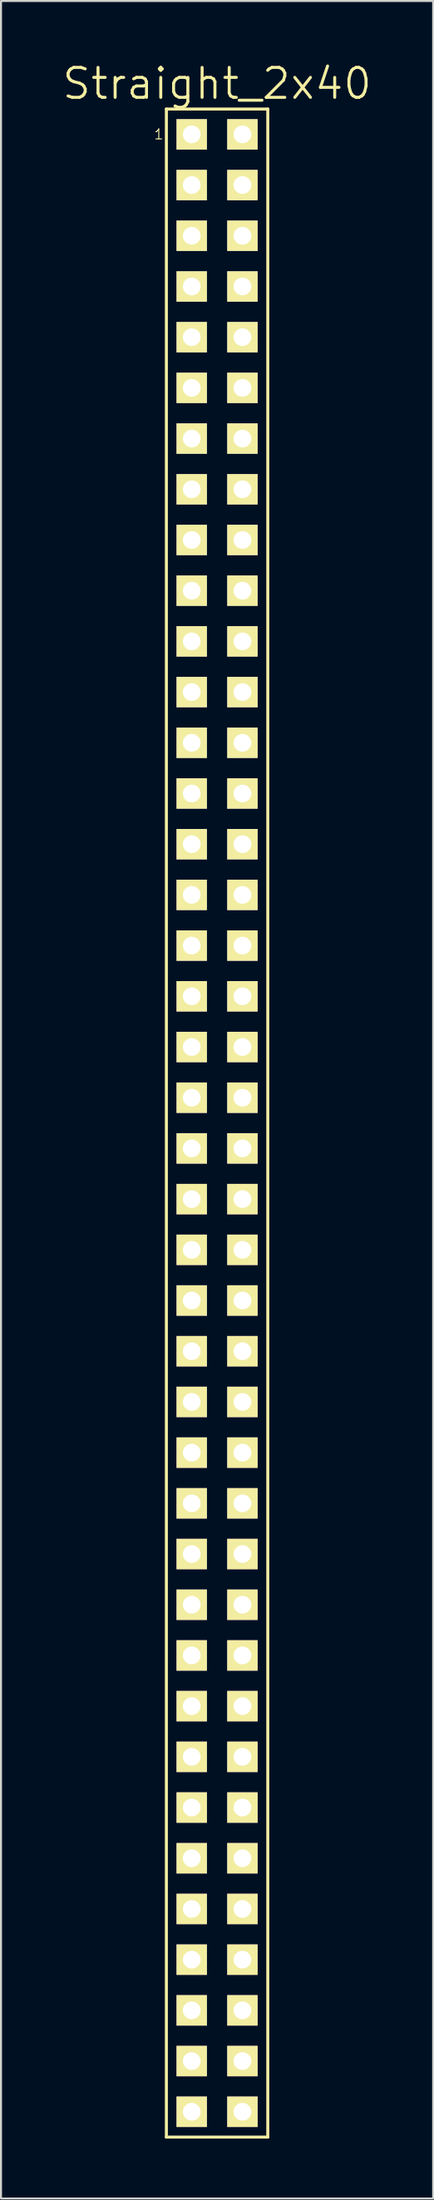
<source format=kicad_pcb>
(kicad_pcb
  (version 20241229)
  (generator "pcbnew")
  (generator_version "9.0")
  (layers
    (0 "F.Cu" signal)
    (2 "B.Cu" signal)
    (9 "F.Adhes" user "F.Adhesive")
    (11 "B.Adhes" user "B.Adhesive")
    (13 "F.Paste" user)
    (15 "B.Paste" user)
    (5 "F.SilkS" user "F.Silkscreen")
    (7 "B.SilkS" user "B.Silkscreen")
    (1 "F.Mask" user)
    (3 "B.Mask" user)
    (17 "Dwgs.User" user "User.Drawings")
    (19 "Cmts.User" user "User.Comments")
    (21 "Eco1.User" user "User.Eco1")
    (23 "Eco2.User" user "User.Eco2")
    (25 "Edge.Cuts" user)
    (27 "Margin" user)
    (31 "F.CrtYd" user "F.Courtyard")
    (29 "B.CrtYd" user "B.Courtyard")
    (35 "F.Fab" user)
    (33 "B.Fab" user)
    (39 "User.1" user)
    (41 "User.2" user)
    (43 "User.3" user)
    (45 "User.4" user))
  (footprint "Straight_2x40"
    (layer "F.Cu")
    (at 7.825 53.211)
    (property "Reference" "Straight_2x40" (at 0 -52.07 0) (layer "F.SilkS") (effects (font (size 1.5 1.5) (thickness 0.15))))
    (attr through_hole)
    (fp_line (start -2.54 -50.8) (end 2.54 -50.8) (stroke (width 0.15) (type solid)) (layer "F.SilkS"))
    (fp_line (start -2.54 50.8) (end -2.54 -50.8) (stroke (width 0.15) (type solid)) (layer "F.SilkS"))
    (fp_line (start 2.54 -50.8) (end 2.54 50.8) (stroke (width 0.15) (type solid)) (layer "F.SilkS"))
    (fp_line (start 2.54 50.8) (end -2.54 50.8) (stroke (width 0.15) (type solid)) (layer "F.SilkS"))
    (fp_text user "1" (at -2.921 -49.53 0) (layer "F.SilkS") (effects (font (size 0.5 0.5) (thickness 0.05))))
    (pad "1" thru_hole rect (at -1.27 -49.53) (size 1.524 1.524) (drill 0.889) (layers "*.Cu" "*.Mask" "F.SilkS"))
    (pad "2" thru_hole rect (at 1.27 -49.53) (size 1.524 1.524) (drill 0.889) (layers "*.Cu" "*.Mask" "F.SilkS"))
    (pad "3" thru_hole rect (at -1.27 -46.99) (size 1.524 1.524) (drill 0.889) (layers "*.Cu" "*.Mask" "F.SilkS"))
    (pad "4" thru_hole rect (at 1.27 -46.99) (size 1.524 1.524) (drill 0.889) (layers "*.Cu" "*.Mask" "F.SilkS"))
    (pad "5" thru_hole rect (at -1.27 -44.45) (size 1.524 1.524) (drill 0.889) (layers "*.Cu" "*.Mask" "F.SilkS"))
    (pad "6" thru_hole rect (at 1.27 -44.45) (size 1.524 1.524) (drill 0.889) (layers "*.Cu" "*.Mask" "F.SilkS"))
    (pad "7" thru_hole rect (at -1.27 -41.91) (size 1.524 1.524) (drill 0.889) (layers "*.Cu" "*.Mask" "F.SilkS"))
    (pad "8" thru_hole rect (at 1.27 -41.91) (size 1.524 1.524) (drill 0.889) (layers "*.Cu" "*.Mask" "F.SilkS"))
    (pad "9" thru_hole rect (at -1.27 -39.37) (size 1.524 1.524) (drill 0.889) (layers "*.Cu" "*.Mask" "F.SilkS"))
    (pad "10" thru_hole rect (at 1.27 -39.37) (size 1.524 1.524) (drill 0.889) (layers "*.Cu" "*.Mask" "F.SilkS"))
    (pad "11" thru_hole rect (at -1.27 -36.83) (size 1.524 1.524) (drill 0.889) (layers "*.Cu" "*.Mask" "F.SilkS"))
    (pad "12" thru_hole rect (at 1.27 -36.83) (size 1.524 1.524) (drill 0.889) (layers "*.Cu" "*.Mask" "F.SilkS"))
    (pad "13" thru_hole rect (at -1.27 -34.29) (size 1.524 1.524) (drill 0.889) (layers "*.Cu" "*.Mask" "F.SilkS"))
    (pad "14" thru_hole rect (at 1.27 -34.29) (size 1.524 1.524) (drill 0.889) (layers "*.Cu" "*.Mask" "F.SilkS"))
    (pad "15" thru_hole rect (at -1.27 -31.75) (size 1.524 1.524) (drill 0.889) (layers "*.Cu" "*.Mask" "F.SilkS"))
    (pad "16" thru_hole rect (at 1.27 -31.75) (size 1.524 1.524) (drill 0.889) (layers "*.Cu" "*.Mask" "F.SilkS"))
    (pad "17" thru_hole rect (at -1.27 -29.21) (size 1.524 1.524) (drill 0.889) (layers "*.Cu" "*.Mask" "F.SilkS"))
    (pad "18" thru_hole rect (at 1.27 -29.21) (size 1.524 1.524) (drill 0.889) (layers "*.Cu" "*.Mask" "F.SilkS"))
    (pad "19" thru_hole rect (at -1.27 -26.67) (size 1.524 1.524) (drill 0.889) (layers "*.Cu" "*.Mask" "F.SilkS"))
    (pad "20" thru_hole rect (at 1.27 -26.67) (size 1.524 1.524) (drill 0.889) (layers "*.Cu" "*.Mask" "F.SilkS"))
    (pad "21" thru_hole rect (at -1.27 -24.13) (size 1.524 1.524) (drill 0.889) (layers "*.Cu" "*.Mask" "F.SilkS"))
    (pad "22" thru_hole rect (at 1.27 -24.13) (size 1.524 1.524) (drill 0.889) (layers "*.Cu" "*.Mask" "F.SilkS"))
    (pad "23" thru_hole rect (at -1.27 -21.59) (size 1.524 1.524) (drill 0.889) (layers "*.Cu" "*.Mask" "F.SilkS"))
    (pad "24" thru_hole rect (at 1.27 -21.59) (size 1.524 1.524) (drill 0.889) (layers "*.Cu" "*.Mask" "F.SilkS"))
    (pad "25" thru_hole rect (at -1.27 -19.05) (size 1.524 1.524) (drill 0.889) (layers "*.Cu" "*.Mask" "F.SilkS"))
    (pad "26" thru_hole rect (at 1.27 -19.05) (size 1.524 1.524) (drill 0.889) (layers "*.Cu" "*.Mask" "F.SilkS"))
    (pad "27" thru_hole rect (at -1.27 -16.51) (size 1.524 1.524) (drill 0.889) (layers "*.Cu" "*.Mask" "F.SilkS"))
    (pad "28" thru_hole rect (at 1.27 -16.51) (size 1.524 1.524) (drill 0.889) (layers "*.Cu" "*.Mask" "F.SilkS"))
    (pad "29" thru_hole rect (at -1.27 -13.97) (size 1.524 1.524) (drill 0.889) (layers "*.Cu" "*.Mask" "F.SilkS"))
    (pad "30" thru_hole rect (at 1.27 -13.97) (size 1.524 1.524) (drill 0.889) (layers "*.Cu" "*.Mask" "F.SilkS"))
    (pad "31" thru_hole rect (at -1.27 -11.43) (size 1.524 1.524) (drill 0.889) (layers "*.Cu" "*.Mask" "F.SilkS"))
    (pad "32" thru_hole rect (at 1.27 -11.43) (size 1.524 1.524) (drill 0.889) (layers "*.Cu" "*.Mask" "F.SilkS"))
    (pad "33" thru_hole rect (at -1.27 -8.89) (size 1.524 1.524) (drill 0.889) (layers "*.Cu" "*.Mask" "F.SilkS"))
    (pad "34" thru_hole rect (at 1.27 -8.89) (size 1.524 1.524) (drill 0.889) (layers "*.Cu" "*.Mask" "F.SilkS"))
    (pad "35" thru_hole rect (at -1.27 -6.35) (size 1.524 1.524) (drill 0.889) (layers "*.Cu" "*.Mask" "F.SilkS"))
    (pad "36" thru_hole rect (at 1.27 -6.35) (size 1.524 1.524) (drill 0.889) (layers "*.Cu" "*.Mask" "F.SilkS"))
    (pad "37" thru_hole rect (at -1.27 -3.81) (size 1.524 1.524) (drill 0.889) (layers "*.Cu" "*.Mask" "F.SilkS"))
    (pad "38" thru_hole rect (at 1.27 -3.81) (size 1.524 1.524) (drill 0.889) (layers "*.Cu" "*.Mask" "F.SilkS"))
    (pad "39" thru_hole rect (at -1.27 -1.27) (size 1.524 1.524) (drill 0.889) (layers "*.Cu" "*.Mask" "F.SilkS"))
    (pad "40" thru_hole rect (at 1.27 -1.27) (size 1.524 1.524) (drill 0.889) (layers "*.Cu" "*.Mask" "F.SilkS"))
    (pad "41" thru_hole rect (at -1.27 1.27) (size 1.524 1.524) (drill 0.889) (layers "*.Cu" "*.Mask" "F.SilkS"))
    (pad "42" thru_hole rect (at 1.27 1.27) (size 1.524 1.524) (drill 0.889) (layers "*.Cu" "*.Mask" "F.SilkS"))
    (pad "43" thru_hole rect (at -1.27 3.81) (size 1.524 1.524) (drill 0.889) (layers "*.Cu" "*.Mask" "F.SilkS"))
    (pad "44" thru_hole rect (at 1.27 3.81) (size 1.524 1.524) (drill 0.889) (layers "*.Cu" "*.Mask" "F.SilkS"))
    (pad "45" thru_hole rect (at -1.27 6.35) (size 1.524 1.524) (drill 0.889) (layers "*.Cu" "*.Mask" "F.SilkS"))
    (pad "46" thru_hole rect (at 1.27 6.35) (size 1.524 1.524) (drill 0.889) (layers "*.Cu" "*.Mask" "F.SilkS"))
    (pad "47" thru_hole rect (at -1.27 8.89) (size 1.524 1.524) (drill 0.889) (layers "*.Cu" "*.Mask" "F.SilkS"))
    (pad "48" thru_hole rect (at 1.27 8.89) (size 1.524 1.524) (drill 0.889) (layers "*.Cu" "*.Mask" "F.SilkS"))
    (pad "49" thru_hole rect (at -1.27 11.43) (size 1.524 1.524) (drill 0.889) (layers "*.Cu" "*.Mask" "F.SilkS"))
    (pad "50" thru_hole rect (at 1.27 11.43) (size 1.524 1.524) (drill 0.889) (layers "*.Cu" "*.Mask" "F.SilkS"))
    (pad "51" thru_hole rect (at -1.27 13.97) (size 1.524 1.524) (drill 0.889) (layers "*.Cu" "*.Mask" "F.SilkS"))
    (pad "52" thru_hole rect (at 1.27 13.97) (size 1.524 1.524) (drill 0.889) (layers "*.Cu" "*.Mask" "F.SilkS"))
    (pad "53" thru_hole rect (at -1.27 16.51) (size 1.524 1.524) (drill 0.889) (layers "*.Cu" "*.Mask" "F.SilkS"))
    (pad "54" thru_hole rect (at 1.27 16.51) (size 1.524 1.524) (drill 0.889) (layers "*.Cu" "*.Mask" "F.SilkS"))
    (pad "55" thru_hole rect (at -1.27 19.05) (size 1.524 1.524) (drill 0.889) (layers "*.Cu" "*.Mask" "F.SilkS"))
    (pad "56" thru_hole rect (at 1.27 19.05) (size 1.524 1.524) (drill 0.889) (layers "*.Cu" "*.Mask" "F.SilkS"))
    (pad "57" thru_hole rect (at -1.27 21.59) (size 1.524 1.524) (drill 0.889) (layers "*.Cu" "*.Mask" "F.SilkS"))
    (pad "58" thru_hole rect (at 1.27 21.59) (size 1.524 1.524) (drill 0.889) (layers "*.Cu" "*.Mask" "F.SilkS"))
    (pad "59" thru_hole rect (at -1.27 24.13) (size 1.524 1.524) (drill 0.889) (layers "*.Cu" "*.Mask" "F.SilkS"))
    (pad "60" thru_hole rect (at 1.27 24.13) (size 1.524 1.524) (drill 0.889) (layers "*.Cu" "*.Mask" "F.SilkS"))
    (pad "61" thru_hole rect (at -1.27 26.67) (size 1.524 1.524) (drill 0.889) (layers "*.Cu" "*.Mask" "F.SilkS"))
    (pad "62" thru_hole rect (at 1.27 26.67) (size 1.524 1.524) (drill 0.889) (layers "*.Cu" "*.Mask" "F.SilkS"))
    (pad "63" thru_hole rect (at -1.27 29.21) (size 1.524 1.524) (drill 0.889) (layers "*.Cu" "*.Mask" "F.SilkS"))
    (pad "64" thru_hole rect (at 1.27 29.21) (size 1.524 1.524) (drill 0.889) (layers "*.Cu" "*.Mask" "F.SilkS"))
    (pad "65" thru_hole rect (at -1.27 31.75) (size 1.524 1.524) (drill 0.889) (layers "*.Cu" "*.Mask" "F.SilkS"))
    (pad "66" thru_hole rect (at 1.27 31.75) (size 1.524 1.524) (drill 0.889) (layers "*.Cu" "*.Mask" "F.SilkS"))
    (pad "67" thru_hole rect (at -1.27 34.29) (size 1.524 1.524) (drill 0.889) (layers "*.Cu" "*.Mask" "F.SilkS"))
    (pad "68" thru_hole rect (at 1.27 34.29) (size 1.524 1.524) (drill 0.889) (layers "*.Cu" "*.Mask" "F.SilkS"))
    (pad "69" thru_hole rect (at -1.27 36.83) (size 1.524 1.524) (drill 0.889) (layers "*.Cu" "*.Mask" "F.SilkS"))
    (pad "70" thru_hole rect (at 1.27 36.83) (size 1.524 1.524) (drill 0.889) (layers "*.Cu" "*.Mask" "F.SilkS"))
    (pad "71" thru_hole rect (at -1.27 39.37) (size 1.524 1.524) (drill 0.889) (layers "*.Cu" "*.Mask" "F.SilkS"))
    (pad "72" thru_hole rect (at 1.27 39.37) (size 1.524 1.524) (drill 0.889) (layers "*.Cu" "*.Mask" "F.SilkS"))
    (pad "73" thru_hole rect (at -1.27 41.91) (size 1.524 1.524) (drill 0.889) (layers "*.Cu" "*.Mask" "F.SilkS"))
    (pad "74" thru_hole rect (at 1.27 41.91) (size 1.524 1.524) (drill 0.889) (layers "*.Cu" "*.Mask" "F.SilkS"))
    (pad "75" thru_hole rect (at -1.27 44.45) (size 1.524 1.524) (drill 0.889) (layers "*.Cu" "*.Mask" "F.SilkS"))
    (pad "76" thru_hole rect (at 1.27 44.45) (size 1.524 1.524) (drill 0.889) (layers "*.Cu" "*.Mask" "F.SilkS"))
    (pad "77" thru_hole rect (at -1.27 46.99) (size 1.524 1.524) (drill 0.889) (layers "*.Cu" "*.Mask" "F.SilkS"))
    (pad "78" thru_hole rect (at 1.27 46.99) (size 1.524 1.524) (drill 0.889) (layers "*.Cu" "*.Mask" "F.SilkS"))
    (pad "79" thru_hole rect (at -1.27 49.53) (size 1.524 1.524) (drill 0.889) (layers "*.Cu" "*.Mask" "F.SilkS"))
    (pad "80" thru_hole rect (at 1.27 49.53) (size 1.524 1.524) (drill 0.889) (layers "*.Cu" "*.Mask" "F.SilkS")))
  (gr_rect
    (start -3 -3)
    (end 18.65 107.086)
    (stroke (width 0.1) (type default))
    (fill no)
    (layer "Edge.Cuts")))
</source>
